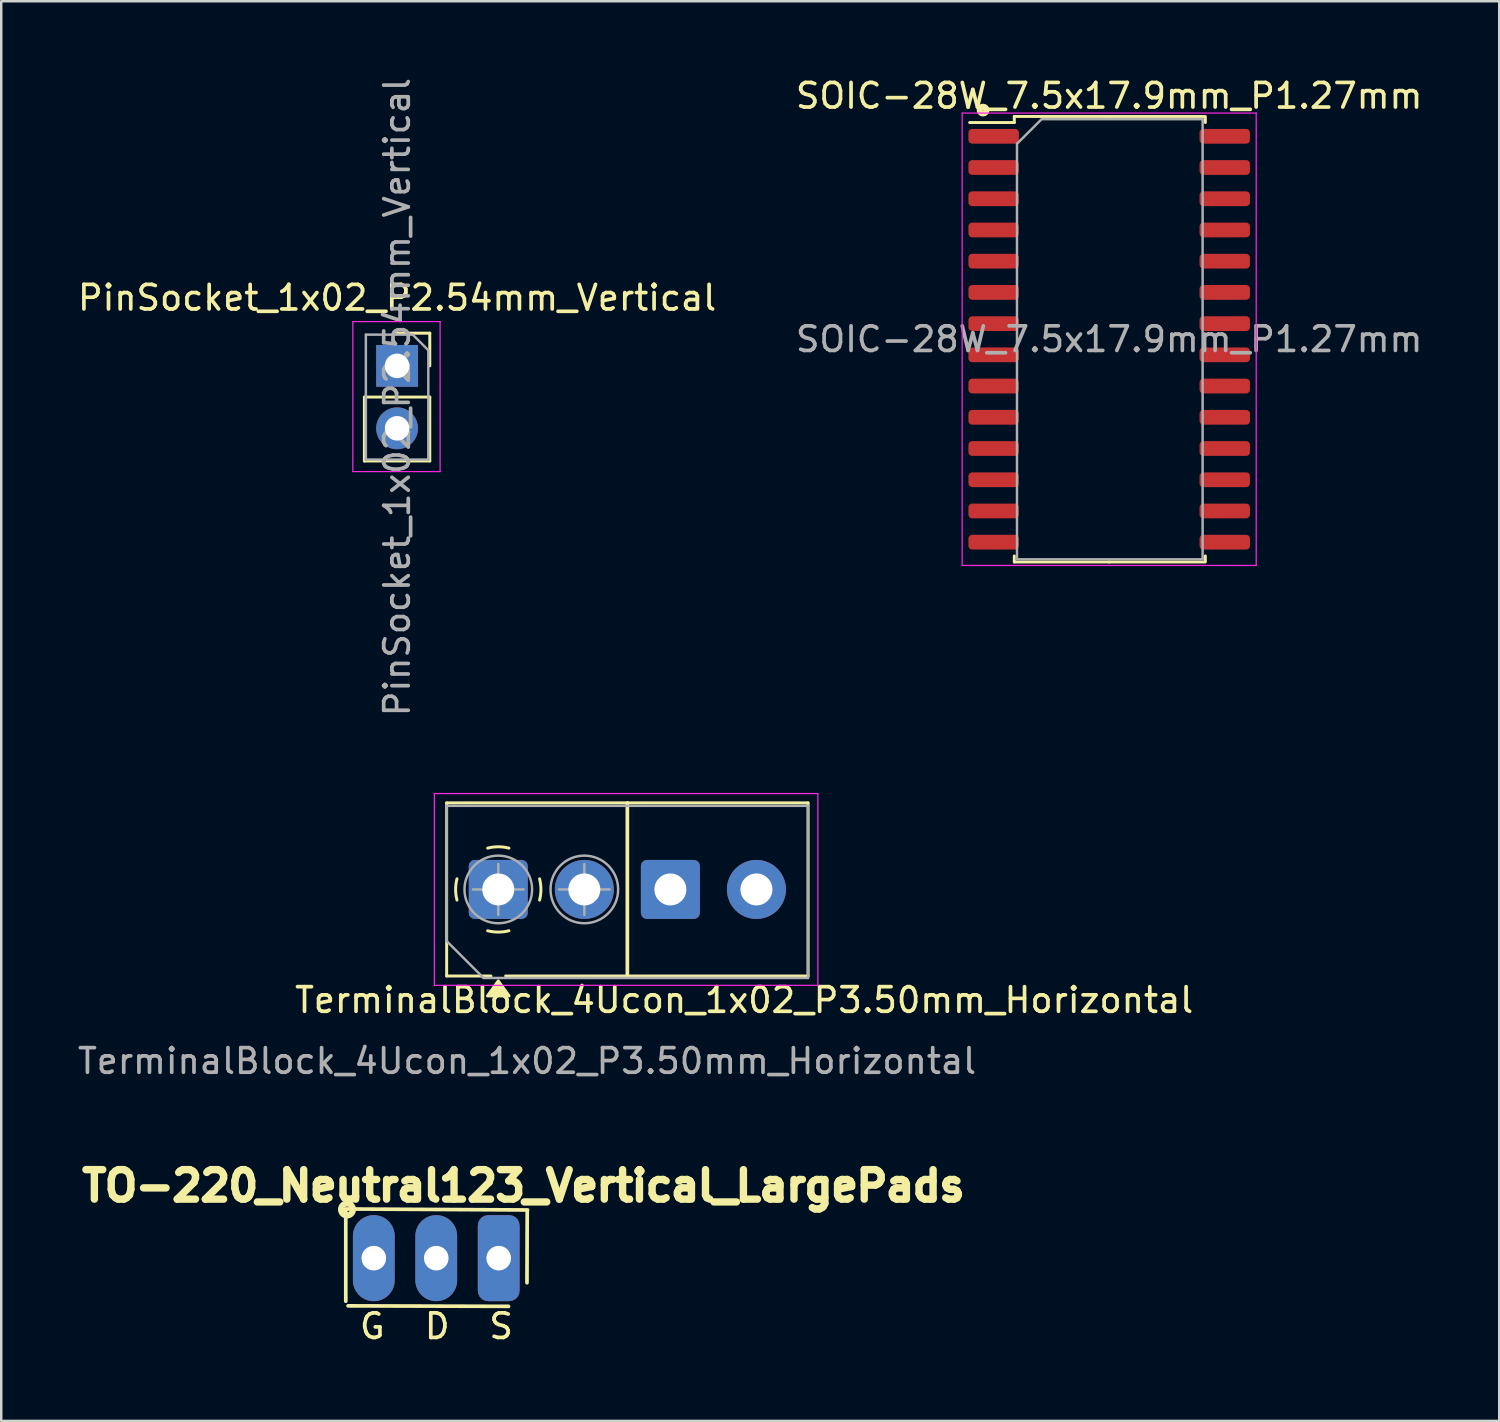
<source format=kicad_pcb>
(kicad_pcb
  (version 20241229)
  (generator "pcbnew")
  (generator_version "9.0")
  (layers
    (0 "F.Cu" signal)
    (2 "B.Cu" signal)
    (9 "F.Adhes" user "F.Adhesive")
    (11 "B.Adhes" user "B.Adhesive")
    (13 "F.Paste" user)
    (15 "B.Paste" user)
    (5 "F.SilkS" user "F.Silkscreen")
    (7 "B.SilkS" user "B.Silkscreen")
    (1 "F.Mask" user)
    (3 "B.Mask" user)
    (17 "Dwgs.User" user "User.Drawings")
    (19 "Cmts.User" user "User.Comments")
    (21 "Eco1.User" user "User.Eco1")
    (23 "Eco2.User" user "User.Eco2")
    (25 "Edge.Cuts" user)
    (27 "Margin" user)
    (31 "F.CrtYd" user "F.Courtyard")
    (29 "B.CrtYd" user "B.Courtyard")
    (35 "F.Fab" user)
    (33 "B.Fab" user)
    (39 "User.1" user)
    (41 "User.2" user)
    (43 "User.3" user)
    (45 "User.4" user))
  (footprint "PinSocket_1x02_P2.54mm_Vertical"
    (layer "F.Cu")
    (at 13.101 11.831)
    (property "Reference" "PinSocket_1x02_P2.54mm_Vertical" (at 0 -2.77 180) (layer "F.SilkS") (effects (font (size 1 1) (thickness 0.15))))
    (attr through_hole)
    (fp_line (start -1.33 1.27) (end -1.33 3.87) (stroke (width 0.12) (type solid)) (layer "F.SilkS"))
    (fp_line (start -1.33 1.27) (end 1.33 1.27) (stroke (width 0.12) (type solid)) (layer "F.SilkS"))
    (fp_line (start -1.33 3.87) (end 1.33 3.87) (stroke (width 0.12) (type solid)) (layer "F.SilkS"))
    (fp_line (start 0 -1.33) (end 1.33 -1.33) (stroke (width 0.12) (type solid)) (layer "F.SilkS"))
    (fp_line (start 1.33 -1.33) (end 1.33 0) (stroke (width 0.12) (type solid)) (layer "F.SilkS"))
    (fp_line (start 1.33 1.27) (end 1.33 3.87) (stroke (width 0.12) (type solid)) (layer "F.SilkS"))
    (fp_line (start -1.8 -1.8) (end 1.75 -1.8) (stroke (width 0.05) (type solid)) (layer "F.CrtYd"))
    (fp_line (start -1.8 4.3) (end -1.8 -1.8) (stroke (width 0.05) (type solid)) (layer "F.CrtYd"))
    (fp_line (start 1.75 -1.8) (end 1.75 4.3) (stroke (width 0.05) (type solid)) (layer "F.CrtYd"))
    (fp_line (start 1.75 4.3) (end -1.8 4.3) (stroke (width 0.05) (type solid)) (layer "F.CrtYd"))
    (fp_line (start -1.27 -1.27) (end 0.635 -1.27) (stroke (width 0.1) (type solid)) (layer "F.Fab"))
    (fp_line (start -1.27 3.81) (end -1.27 -1.27) (stroke (width 0.1) (type solid)) (layer "F.Fab"))
    (fp_line (start 0.635 -1.27) (end 1.27 -0.635) (stroke (width 0.1) (type solid)) (layer "F.Fab"))
    (fp_line (start 1.27 -0.635) (end 1.27 3.81) (stroke (width 0.1) (type solid)) (layer "F.Fab"))
    (fp_line (start 1.27 3.81) (end -1.27 3.81) (stroke (width 0.1) (type solid)) (layer "F.Fab"))
    (fp_text user "${REFERENCE}" (at 0 1.27 270) (layer "F.Fab") (effects (font (size 1 1) (thickness 0.15))))
    (pad "1" thru_hole rect (at 0 0) (size 1.7 1.7) (drill 1) (layers "*.Cu" "*.Mask"))
    (pad "2" thru_hole oval (at 0 2.54) (size 1.7 1.7) (drill 1) (layers "*.Cu" "*.Mask")))
  (footprint "SOIC-28W_7.5x17.9mm_P1.27mm"
    (layer "F.Cu")
    (at 42.065 10.748)
    (property "Reference" "SOIC-28W_7.5x17.9mm_P1.27mm" (at 0 -9.9 180) (layer "F.SilkS") (effects (font (size 1 1) (thickness 0.15))))
    (attr smd)
    (fp_line (start -3.86 -9.06) (end -3.86 -8.815) (stroke (width 0.12) (type solid)) (layer "F.SilkS"))
    (fp_line (start -3.86 -8.815) (end -5.675 -8.815) (stroke (width 0.12) (type solid)) (layer "F.SilkS"))
    (fp_line (start -3.86 9.06) (end -3.86 8.815) (stroke (width 0.12) (type solid)) (layer "F.SilkS"))
    (fp_line (start 0 -9.06) (end -3.86 -9.06) (stroke (width 0.12) (type solid)) (layer "F.SilkS"))
    (fp_line (start 0 -9.06) (end 3.86 -9.06) (stroke (width 0.12) (type solid)) (layer "F.SilkS"))
    (fp_line (start 0 9.06) (end -3.86 9.06) (stroke (width 0.12) (type solid)) (layer "F.SilkS"))
    (fp_line (start 0 9.06) (end 3.86 9.06) (stroke (width 0.12) (type solid)) (layer "F.SilkS"))
    (fp_line (start 3.91 -9.06) (end 3.91 -8.815) (stroke (width 0.12) (type solid)) (layer "F.SilkS"))
    (fp_line (start 3.91 9.06) (end 3.91 8.815) (stroke (width 0.12) (type solid)) (layer "F.SilkS"))
    (fp_circle (center -5.13 -9.32) (end -5.02 -9.24) (stroke (width 0.25) (type solid)) (fill no) (layer "F.SilkS"))
    (fp_line (start -5.98 -9.2) (end -5.98 9.2) (stroke (width 0.05) (type solid)) (layer "F.CrtYd"))
    (fp_line (start -5.98 9.2) (end 5.98 9.2) (stroke (width 0.05) (type solid)) (layer "F.CrtYd"))
    (fp_line (start 5.98 -9.2) (end -5.98 -9.2) (stroke (width 0.05) (type solid)) (layer "F.CrtYd"))
    (fp_line (start 5.98 9.2) (end 5.98 -9.2) (stroke (width 0.05) (type solid)) (layer "F.CrtYd"))
    (fp_line (start -3.75 -7.95) (end -2.75 -8.95) (stroke (width 0.1) (type solid)) (layer "F.Fab"))
    (fp_line (start -3.75 8.95) (end -3.75 -7.95) (stroke (width 0.1) (type solid)) (layer "F.Fab"))
    (fp_line (start -2.7 -8.95) (end 3.8 -8.95) (stroke (width 0.1) (type solid)) (layer "F.Fab"))
    (fp_line (start 3.75 8.95) (end -3.75 8.95) (stroke (width 0.1) (type solid)) (layer "F.Fab"))
    (fp_line (start 3.8 -8.95) (end 3.8 8.95) (stroke (width 0.1) (type solid)) (layer "F.Fab"))
    (fp_text user "${REFERENCE}" (at 0 0 180) (layer "F.Fab") (effects (font (size 1 1) (thickness 0.15))))
    (pad "1" smd roundrect (at -4.7 -8.255) (size 2.05 0.6) (layers "F.Cu" "F.Mask" "F.Paste") (roundrect_rratio 0.25))
    (pad "2" smd roundrect (at -4.7 -6.985) (size 2.05 0.6) (layers "F.Cu" "F.Mask" "F.Paste") (roundrect_rratio 0.25))
    (pad "3" smd roundrect (at -4.7 -5.715) (size 2.05 0.6) (layers "F.Cu" "F.Mask" "F.Paste") (roundrect_rratio 0.25))
    (pad "4" smd roundrect (at -4.7 -4.445) (size 2.05 0.6) (layers "F.Cu" "F.Mask" "F.Paste") (roundrect_rratio 0.25))
    (pad "5" smd roundrect (at -4.7 -3.175) (size 2.05 0.6) (layers "F.Cu" "F.Mask" "F.Paste") (roundrect_rratio 0.25))
    (pad "6" smd roundrect (at -4.7 -1.905) (size 2.05 0.6) (layers "F.Cu" "F.Mask" "F.Paste") (roundrect_rratio 0.25))
    (pad "7" smd roundrect (at -4.7 -0.635) (size 2.05 0.6) (layers "F.Cu" "F.Mask" "F.Paste") (roundrect_rratio 0.25))
    (pad "8" smd roundrect (at -4.7 0.635) (size 2.05 0.6) (layers "F.Cu" "F.Mask" "F.Paste") (roundrect_rratio 0.25))
    (pad "9" smd roundrect (at -4.7 1.905) (size 2.05 0.6) (layers "F.Cu" "F.Mask" "F.Paste") (roundrect_rratio 0.25))
    (pad "10" smd roundrect (at -4.7 3.175) (size 2.05 0.6) (layers "F.Cu" "F.Mask" "F.Paste") (roundrect_rratio 0.25))
    (pad "11" smd roundrect (at -4.7 4.445) (size 2.05 0.6) (layers "F.Cu" "F.Mask" "F.Paste") (roundrect_rratio 0.25))
    (pad "12" smd roundrect (at -4.7 5.715) (size 2.05 0.6) (layers "F.Cu" "F.Mask" "F.Paste") (roundrect_rratio 0.25))
    (pad "13" smd roundrect (at -4.7 6.985) (size 2.05 0.6) (layers "F.Cu" "F.Mask" "F.Paste") (roundrect_rratio 0.25))
    (pad "14" smd roundrect (at -4.7 8.255) (size 2.05 0.6) (layers "F.Cu" "F.Mask" "F.Paste") (roundrect_rratio 0.25))
    (pad "15" smd roundrect (at 4.7 8.255) (size 2.05 0.6) (layers "F.Cu" "F.Mask" "F.Paste") (roundrect_rratio 0.25))
    (pad "16" smd roundrect (at 4.7 6.985) (size 2.05 0.6) (layers "F.Cu" "F.Mask" "F.Paste") (roundrect_rratio 0.25))
    (pad "17" smd roundrect (at 4.7 5.715) (size 2.05 0.6) (layers "F.Cu" "F.Mask" "F.Paste") (roundrect_rratio 0.25))
    (pad "18" smd roundrect (at 4.7 4.445) (size 2.05 0.6) (layers "F.Cu" "F.Mask" "F.Paste") (roundrect_rratio 0.25))
    (pad "19" smd roundrect (at 4.7 3.175) (size 2.05 0.6) (layers "F.Cu" "F.Mask" "F.Paste") (roundrect_rratio 0.25))
    (pad "20" smd roundrect (at 4.7 1.905) (size 2.05 0.6) (layers "F.Cu" "F.Mask" "F.Paste") (roundrect_rratio 0.25))
    (pad "21" smd roundrect (at 4.7 0.635) (size 2.05 0.6) (layers "F.Cu" "F.Mask" "F.Paste") (roundrect_rratio 0.25))
    (pad "22" smd roundrect (at 4.7 -0.635) (size 2.05 0.6) (layers "F.Cu" "F.Mask" "F.Paste") (roundrect_rratio 0.25))
    (pad "23" smd roundrect (at 4.7 -1.905) (size 2.05 0.6) (layers "F.Cu" "F.Mask" "F.Paste") (roundrect_rratio 0.25))
    (pad "24" smd roundrect (at 4.7 -3.175) (size 2.05 0.6) (layers "F.Cu" "F.Mask" "F.Paste") (roundrect_rratio 0.25))
    (pad "25" smd roundrect (at 4.7 -4.445) (size 2.05 0.6) (layers "F.Cu" "F.Mask" "F.Paste") (roundrect_rratio 0.25))
    (pad "26" smd roundrect (at 4.7 -5.715) (size 2.05 0.6) (layers "F.Cu" "F.Mask" "F.Paste") (roundrect_rratio 0.25))
    (pad "27" smd roundrect (at 4.7 -6.985) (size 2.05 0.6) (layers "F.Cu" "F.Mask" "F.Paste") (roundrect_rratio 0.25))
    (pad "28" smd roundrect (at 4.7 -8.255) (size 2.05 0.6) (layers "F.Cu" "F.Mask" "F.Paste") (roundrect_rratio 0.25)))
  (footprint "TO-220_Neutral123_Vertical_LargePads"
    (layer "F.Cu")
    (at 14.694 48.124)
    (property "Reference" "TO-220_Neutral123_Vertical_LargePads" (at 3.551 -2.94 0) (layer "F.SilkS") (effects (font (size 1.2 1.2) (thickness 0.3))))
    (attr through_hole)
    (fp_line (start -3.7 -2) (end 3.714 -1.96) (stroke (width 0.15) (type solid)) (layer "F.SilkS"))
    (fp_line (start -3.68 1.752) (end -3.68 -1.931) (stroke (width 0.15) (type solid)) (layer "F.SilkS"))
    (fp_line (start -3.586 1.94) (end 2.94 1.96) (stroke (width 0.15) (type solid)) (layer "F.SilkS"))
    (fp_line (start 3.7 -1.931) (end 3.69 1) (stroke (width 0.15) (type solid)) (layer "F.SilkS"))
    (fp_circle (center -3.63 -1.98) (end -3.53 -2.04) (stroke (width 0.25) (type solid)) (fill no) (layer "F.SilkS"))
    (fp_text user "G" (at -2.6 2.77 0) (unlocked yes) (layer "F.SilkS") (effects (font (size 1 1) (thickness 0.15))))
    (fp_text user "S" (at 2.64 2.77 0) (unlocked yes) (layer "F.SilkS") (effects (font (size 1 1) (thickness 0.15))))
    (fp_text user "D" (at 0.04 2.77 0) (unlocked yes) (layer "F.SilkS") (effects (font (size 1 1) (thickness 0.15))))
    (pad "1" thru_hole oval (at -2.54 0 90) (size 3.5 1.699) (drill 1.001) (layers "*.Cu" "*.Mask" "B.Paste"))
    (pad "2" thru_hole oval (at 0 0 90) (size 3.5 1.699) (drill 1.001) (layers "*.Cu" "*.Mask" "B.Paste"))
    (pad "3" thru_hole roundrect (at 2.54 0 90) (size 3.5 1.699) (drill 1.001) (layers "*.Cu" "*.Mask" "B.Paste") (roundrect_rratio 0.25)))
  (footprint "TerminalBlock_4Ucon_1x02_P3.50mm_Horizontal"
    (layer "F.Cu")
    (at 17.217 33.127)
    (property "Reference" "TerminalBlock_4Ucon_1x02_P3.50mm_Horizontal" (at 10 4.5 0) (layer "F.SilkS") (effects (font (size 1 1) (thickness 0.15))))
    (attr through_hole)
    (fp_line (start -2.1 -3.52) (end -2.1 3.52) (stroke (width 0.12) (type solid)) (layer "F.SilkS"))
    (fp_line (start -2.1 -3.52) (end 12.6 -3.52) (stroke (width 0.12) (type solid)) (layer "F.SilkS"))
    (fp_line (start -2.1 3.52) (end -0.3 3.52) (stroke (width 0.12) (type solid)) (layer "F.SilkS"))
    (fp_line (start 0.3 3.52) (end 12.6 3.52) (stroke (width 0.12) (type solid)) (layer "F.SilkS"))
    (fp_line (start 5.25 3.52) (end 5.25 -3.52) (stroke (width 0.15) (type default)) (layer "F.SilkS"))
    (fp_line (start 12.6 -3.52) (end 12.6 3.52) (stroke (width 0.12) (type solid)) (layer "F.SilkS"))
    (fp_arc (start -1.68 0.433) (mid -1.734903 -0.000376) (end -1.679812 -0.433727) (stroke (width 0.12) (type solid)) (layer "F.SilkS"))
    (fp_arc (start -0.433 -1.68) (mid 0.000376 -1.734903) (end 0.433727 -1.679812) (stroke (width 0.12) (type solid)) (layer "F.SilkS"))
    (fp_arc (start 0.433 1.68) (mid -0.000376 1.734903) (end -0.433727 1.679812) (stroke (width 0.12) (type solid)) (layer "F.SilkS"))
    (fp_arc (start 1.68 -0.433) (mid 1.734903 0.000376) (end 1.679812 0.433727) (stroke (width 0.12) (type solid)) (layer "F.SilkS"))
    (fp_poly (pts (xy 0 3.72) (xy 0.44 4.33) (xy -0.44 4.33) (xy 0 3.72)) (stroke (width 0.12) (type solid)) (fill yes) (layer "F.SilkS"))
    (fp_line (start -2.6 -3.9) (end -2.6 3.9) (stroke (width 0.05) (type solid)) (layer "F.CrtYd"))
    (fp_line (start -2.6 3.9) (end 13 3.9) (stroke (width 0.05) (type solid)) (layer "F.CrtYd"))
    (fp_line (start 13 -3.9) (end -2.6 -3.9) (stroke (width 0.05) (type solid)) (layer "F.CrtYd"))
    (fp_line (start 13 3.9) (end 13 -3.9) (stroke (width 0.05) (type solid)) (layer "F.CrtYd"))
    (fp_line (start -2.1 -3.4) (end 12.6 -3.4) (stroke (width 0.1) (type solid)) (layer "F.Fab"))
    (fp_line (start -2.1 2.1) (end -2.1 -3.4) (stroke (width 0.1) (type solid)) (layer "F.Fab"))
    (fp_line (start -1.031 0) (end 1.031 0) (stroke (width 0.1) (type solid)) (layer "F.Fab"))
    (fp_line (start -0.6 3.6) (end -2.1 2.1) (stroke (width 0.1) (type solid)) (layer "F.Fab"))
    (fp_line (start 0 -1.031) (end 0 1.031) (stroke (width 0.1) (type solid)) (layer "F.Fab"))
    (fp_line (start 2.469 0) (end 4.531 0) (stroke (width 0.1) (type solid)) (layer "F.Fab"))
    (fp_line (start 3.5 -1.031) (end 3.5 1.031) (stroke (width 0.1) (type solid)) (layer "F.Fab"))
    (fp_line (start 12.6 -3.4) (end 12.6 3.6) (stroke (width 0.1) (type solid)) (layer "F.Fab"))
    (fp_line (start 12.6 3.6) (end -0.6 3.6) (stroke (width 0.1) (type solid)) (layer "F.Fab"))
    (fp_circle (center 0 0) (end 1.375 0) (stroke (width 0.1) (type solid)) (fill no) (layer "F.Fab"))
    (fp_circle (center 3.5 0) (end 4.875 0) (stroke (width 0.1) (type solid)) (fill no) (layer "F.Fab"))
    (fp_text user "${REFERENCE}" (at 1.17 6.98 0) (layer "F.Fab") (effects (font (size 1 1) (thickness 0.15))))
    (pad "1" thru_hole roundrect (at 0 0) (size 2.4 2.4) (drill 1.3) (layers "*.Cu" "*.Mask" "B.Paste") (roundrect_rratio 0.104))
    (pad "2" thru_hole circle (at 3.5 0) (size 2.4 2.4) (drill 1.3) (layers "*.Cu" "*.Mask" "B.Paste"))
    (pad "3" thru_hole roundrect (at 7 0) (size 2.4 2.4) (drill 1.3) (layers "*.Cu" "*.Mask" "B.Paste") (roundrect_rratio 0.104))
    (pad "4" thru_hole circle (at 10.5 0) (size 2.4 2.4) (drill 1.3) (layers "*.Cu" "*.Mask" "B.Paste")))
  (gr_rect
    (start -3 -3)
    (end 57.929 54.743)
    (stroke (width 0.1) (type default))
    (fill no)
    (layer "Edge.Cuts")))
</source>
